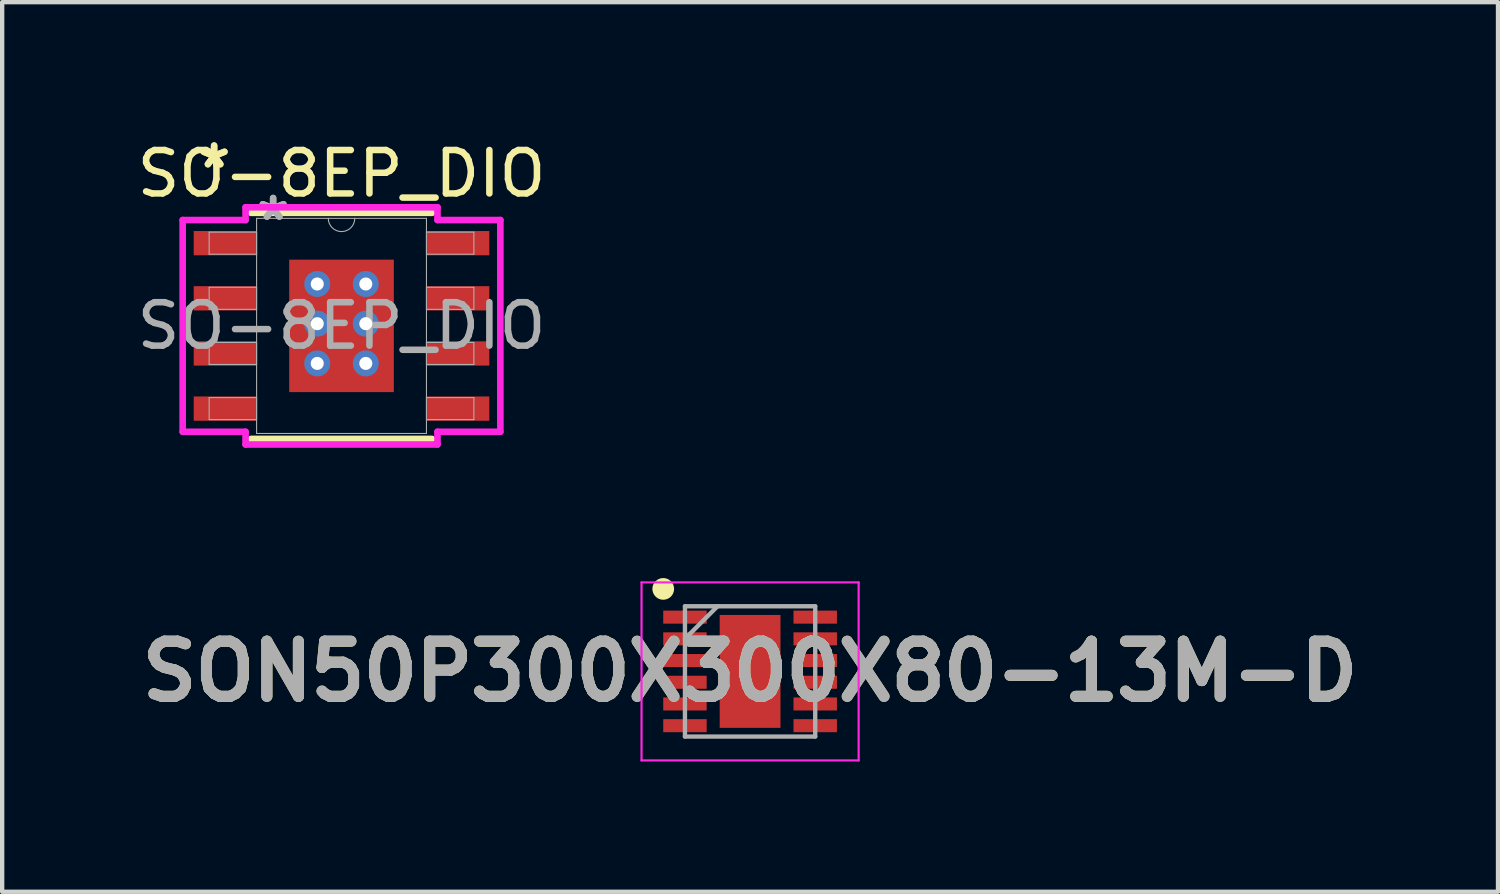
<source format=kicad_pcb>
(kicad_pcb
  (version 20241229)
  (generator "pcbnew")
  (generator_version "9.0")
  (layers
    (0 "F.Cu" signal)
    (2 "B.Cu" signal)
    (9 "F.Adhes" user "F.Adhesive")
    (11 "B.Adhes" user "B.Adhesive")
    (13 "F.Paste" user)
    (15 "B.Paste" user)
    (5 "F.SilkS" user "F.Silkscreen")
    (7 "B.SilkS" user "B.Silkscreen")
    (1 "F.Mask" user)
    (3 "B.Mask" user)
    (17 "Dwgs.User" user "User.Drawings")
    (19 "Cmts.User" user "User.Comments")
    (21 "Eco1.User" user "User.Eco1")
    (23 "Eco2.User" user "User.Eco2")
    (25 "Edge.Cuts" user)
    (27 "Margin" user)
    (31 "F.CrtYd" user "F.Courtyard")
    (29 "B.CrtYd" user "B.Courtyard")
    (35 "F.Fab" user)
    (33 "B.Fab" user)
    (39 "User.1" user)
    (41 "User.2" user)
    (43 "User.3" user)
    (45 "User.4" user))
  (footprint "SON50P300X300X80-13M-D"
    (layer "F.Cu")
    (at 14.224 12.412)
    (property "Reference" "SON50P300X300X80-13M-D" (at 0 0 0) (layer "F.SilkS") (effects (font (size 1.27 1.27) (thickness 0.254))))
    (attr smd)
    (fp_circle (center -2 -1.9) (end -2 -1.775) (stroke (width 0.25) (type solid)) (fill no) (layer "F.SilkS"))
    (fp_line (start -2.5 -2.05) (end 2.5 -2.05) (stroke (width 0.05) (type solid)) (layer "F.CrtYd"))
    (fp_line (start -2.5 2.05) (end -2.5 -2.05) (stroke (width 0.05) (type solid)) (layer "F.CrtYd"))
    (fp_line (start 2.5 -2.05) (end 2.5 2.05) (stroke (width 0.05) (type solid)) (layer "F.CrtYd"))
    (fp_line (start 2.5 2.05) (end -2.5 2.05) (stroke (width 0.05) (type solid)) (layer "F.CrtYd"))
    (fp_line (start -1.5 -1.5) (end 1.5 -1.5) (stroke (width 0.1) (type solid)) (layer "F.Fab"))
    (fp_line (start -1.5 -0.75) (end -0.75 -1.5) (stroke (width 0.1) (type solid)) (layer "F.Fab"))
    (fp_line (start -1.5 1.5) (end -1.5 -1.5) (stroke (width 0.1) (type solid)) (layer "F.Fab"))
    (fp_line (start 1.5 -1.5) (end 1.5 1.5) (stroke (width 0.1) (type solid)) (layer "F.Fab"))
    (fp_line (start 1.5 1.5) (end -1.5 1.5) (stroke (width 0.1) (type solid)) (layer "F.Fab"))
    (fp_text user "${REFERENCE}" (at 0 0 0) (layer "F.Fab") (effects (font (size 1.27 1.27) (thickness 0.254))))
    (pad "1" smd rect (at -1.5 -1.25 90) (size 0.3 1) (layers "F.Cu" "F.Mask" "F.Paste"))
    (pad "2" smd rect (at -1.5 -0.75 90) (size 0.3 1) (layers "F.Cu" "F.Mask" "F.Paste"))
    (pad "3" smd rect (at -1.5 -0.25 90) (size 0.3 1) (layers "F.Cu" "F.Mask" "F.Paste"))
    (pad "4" smd rect (at -1.5 0.25 90) (size 0.3 1) (layers "F.Cu" "F.Mask" "F.Paste"))
    (pad "5" smd rect (at -1.5 0.75 90) (size 0.3 1) (layers "F.Cu" "F.Mask" "F.Paste"))
    (pad "6" smd rect (at -1.5 1.25 90) (size 0.3 1) (layers "F.Cu" "F.Mask" "F.Paste"))
    (pad "7" smd rect (at 1.5 1.25 90) (size 0.3 1) (layers "F.Cu" "F.Mask" "F.Paste"))
    (pad "8" smd rect (at 1.5 0.75 90) (size 0.3 1) (layers "F.Cu" "F.Mask" "F.Paste"))
    (pad "9" smd rect (at 1.5 0.25 90) (size 0.3 1) (layers "F.Cu" "F.Mask" "F.Paste"))
    (pad "10" smd rect (at 1.5 -0.25 90) (size 0.3 1) (layers "F.Cu" "F.Mask" "F.Paste"))
    (pad "11" smd rect (at 1.5 -0.75 90) (size 0.3 1) (layers "F.Cu" "F.Mask" "F.Paste"))
    (pad "12" smd rect (at 1.5 -1.25 90) (size 0.3 1) (layers "F.Cu" "F.Mask" "F.Paste"))
    (pad "13" smd rect (at 0 0) (size 1.4 2.6) (layers "F.Cu" "F.Mask" "F.Paste")))
  (footprint "SO-8EP_DIO"
    (layer "F.Cu")
    (at 4.815 4.455)
    (property "Reference" "SO-8EP_DIO" (at 0 -3.505 0) (unlocked yes) (layer "F.SilkS") (effects (font (size 1 1) (thickness 0.15))))
    (attr smd)
    (fp_line (start -2.083 2.603) (end 2.083 2.603) (stroke (width 0.152) (type solid)) (layer "F.SilkS"))
    (fp_line (start 2.083 -2.603) (end -2.083 -2.603) (stroke (width 0.152) (type solid)) (layer "F.SilkS"))
    (fp_line (start -3.658 -2.438) (end -2.21 -2.438) (stroke (width 0.152) (type solid)) (layer "F.CrtYd"))
    (fp_line (start -3.658 2.438) (end -3.658 -2.438) (stroke (width 0.152) (type solid)) (layer "F.CrtYd"))
    (fp_line (start -3.658 2.438) (end -2.21 2.438) (stroke (width 0.152) (type solid)) (layer "F.CrtYd"))
    (fp_line (start -2.21 -2.731) (end 2.21 -2.731) (stroke (width 0.152) (type solid)) (layer "F.CrtYd"))
    (fp_line (start -2.21 -2.438) (end -2.21 -2.731) (stroke (width 0.152) (type solid)) (layer "F.CrtYd"))
    (fp_line (start -2.21 2.731) (end -2.21 2.438) (stroke (width 0.152) (type solid)) (layer "F.CrtYd"))
    (fp_line (start 2.21 -2.731) (end 2.21 -2.438) (stroke (width 0.152) (type solid)) (layer "F.CrtYd"))
    (fp_line (start 2.21 2.438) (end 2.21 2.731) (stroke (width 0.152) (type solid)) (layer "F.CrtYd"))
    (fp_line (start 2.21 2.731) (end -2.21 2.731) (stroke (width 0.152) (type solid)) (layer "F.CrtYd"))
    (fp_line (start 3.658 -2.438) (end 2.21 -2.438) (stroke (width 0.152) (type solid)) (layer "F.CrtYd"))
    (fp_line (start 3.658 -2.438) (end 3.658 2.438) (stroke (width 0.152) (type solid)) (layer "F.CrtYd"))
    (fp_line (start 3.658 2.438) (end 2.21 2.438) (stroke (width 0.152) (type solid)) (layer "F.CrtYd"))
    (fp_line (start -3.048 -2.159) (end -3.048 -1.651) (stroke (width 0.025) (type solid)) (layer "F.Fab"))
    (fp_line (start -3.048 -1.651) (end -1.956 -1.651) (stroke (width 0.025) (type solid)) (layer "F.Fab"))
    (fp_line (start -3.048 -0.889) (end -3.048 -0.381) (stroke (width 0.025) (type solid)) (layer "F.Fab"))
    (fp_line (start -3.048 -0.381) (end -1.956 -0.381) (stroke (width 0.025) (type solid)) (layer "F.Fab"))
    (fp_line (start -3.048 0.381) (end -3.048 0.889) (stroke (width 0.025) (type solid)) (layer "F.Fab"))
    (fp_line (start -3.048 0.889) (end -1.956 0.889) (stroke (width 0.025) (type solid)) (layer "F.Fab"))
    (fp_line (start -3.048 1.651) (end -3.048 2.159) (stroke (width 0.025) (type solid)) (layer "F.Fab"))
    (fp_line (start -3.048 2.159) (end -1.956 2.159) (stroke (width 0.025) (type solid)) (layer "F.Fab"))
    (fp_line (start -1.956 -2.477) (end -1.956 2.477) (stroke (width 0.025) (type solid)) (layer "F.Fab"))
    (fp_line (start -1.956 -2.159) (end -3.048 -2.159) (stroke (width 0.025) (type solid)) (layer "F.Fab"))
    (fp_line (start -1.956 -1.651) (end -1.956 -2.159) (stroke (width 0.025) (type solid)) (layer "F.Fab"))
    (fp_line (start -1.956 -0.889) (end -3.048 -0.889) (stroke (width 0.025) (type solid)) (layer "F.Fab"))
    (fp_line (start -1.956 -0.381) (end -1.956 -0.889) (stroke (width 0.025) (type solid)) (layer "F.Fab"))
    (fp_line (start -1.956 0.381) (end -3.048 0.381) (stroke (width 0.025) (type solid)) (layer "F.Fab"))
    (fp_line (start -1.956 0.889) (end -1.956 0.381) (stroke (width 0.025) (type solid)) (layer "F.Fab"))
    (fp_line (start -1.956 1.651) (end -3.048 1.651) (stroke (width 0.025) (type solid)) (layer "F.Fab"))
    (fp_line (start -1.956 2.159) (end -1.956 1.651) (stroke (width 0.025) (type solid)) (layer "F.Fab"))
    (fp_line (start -1.956 2.477) (end 1.956 2.477) (stroke (width 0.025) (type solid)) (layer "F.Fab"))
    (fp_line (start 1.956 -2.477) (end -1.956 -2.477) (stroke (width 0.025) (type solid)) (layer "F.Fab"))
    (fp_line (start 1.956 -2.159) (end 1.956 -1.651) (stroke (width 0.025) (type solid)) (layer "F.Fab"))
    (fp_line (start 1.956 -1.651) (end 3.048 -1.651) (stroke (width 0.025) (type solid)) (layer "F.Fab"))
    (fp_line (start 1.956 -0.889) (end 1.956 -0.381) (stroke (width 0.025) (type solid)) (layer "F.Fab"))
    (fp_line (start 1.956 -0.381) (end 3.048 -0.381) (stroke (width 0.025) (type solid)) (layer "F.Fab"))
    (fp_line (start 1.956 0.381) (end 1.956 0.889) (stroke (width 0.025) (type solid)) (layer "F.Fab"))
    (fp_line (start 1.956 0.889) (end 3.048 0.889) (stroke (width 0.025) (type solid)) (layer "F.Fab"))
    (fp_line (start 1.956 1.651) (end 1.956 2.159) (stroke (width 0.025) (type solid)) (layer "F.Fab"))
    (fp_line (start 1.956 2.159) (end 3.048 2.159) (stroke (width 0.025) (type solid)) (layer "F.Fab"))
    (fp_line (start 1.956 2.477) (end 1.956 -2.477) (stroke (width 0.025) (type solid)) (layer "F.Fab"))
    (fp_line (start 3.048 -2.159) (end 1.956 -2.159) (stroke (width 0.025) (type solid)) (layer "F.Fab"))
    (fp_line (start 3.048 -1.651) (end 3.048 -2.159) (stroke (width 0.025) (type solid)) (layer "F.Fab"))
    (fp_line (start 3.048 -0.889) (end 1.956 -0.889) (stroke (width 0.025) (type solid)) (layer "F.Fab"))
    (fp_line (start 3.048 -0.381) (end 3.048 -0.889) (stroke (width 0.025) (type solid)) (layer "F.Fab"))
    (fp_line (start 3.048 0.381) (end 1.956 0.381) (stroke (width 0.025) (type solid)) (layer "F.Fab"))
    (fp_line (start 3.048 0.889) (end 3.048 0.381) (stroke (width 0.025) (type solid)) (layer "F.Fab"))
    (fp_line (start 3.048 1.651) (end 1.956 1.651) (stroke (width 0.025) (type solid)) (layer "F.Fab"))
    (fp_line (start 3.048 2.159) (end 3.048 1.651) (stroke (width 0.025) (type solid)) (layer "F.Fab"))
    (fp_arc (start 0.3048 -2.4765) (mid 0 -2.1717) (end -0.3048 -2.4765) (stroke (width 0.0254) (type solid)) (layer "F.Fab"))
    (fp_text user "*" (at -2.934 -3.607 0) (unlocked yes) (layer "F.SilkS") (effects (font (size 1 1) (thickness 0.15))))
    (fp_text user "*" (at -2.934 -3.607 0) (layer "F.SilkS") (effects (font (size 1 1) (thickness 0.15))))
    (fp_text user "*" (at -1.575 -2.4 0) (unlocked yes) (layer "F.Fab") (effects (font (size 1 1) (thickness 0.15))))
    (fp_text user "${REFERENCE}" (at 0 0 0) (unlocked yes) (layer "F.Fab") (effects (font (size 1 1) (thickness 0.15))))
    (fp_text user "*" (at -1.575 -2.4 0) (layer "F.Fab") (effects (font (size 1 1) (thickness 0.15))))
    (pad "1" smd rect (at -2.68 -1.905) (size 1.448 0.559) (layers "F.Cu" "F.Mask" "F.Paste"))
    (pad "2" smd rect (at -2.68 -0.635) (size 1.448 0.559) (layers "F.Cu" "F.Mask" "F.Paste"))
    (pad "3" smd rect (at -2.68 0.635) (size 1.448 0.559) (layers "F.Cu" "F.Mask" "F.Paste"))
    (pad "4" smd rect (at -2.68 1.905) (size 1.448 0.559) (layers "F.Cu" "F.Mask" "F.Paste"))
    (pad "5" thru_hole circle (at -0.559 -0.965) (size 0.6 0.6) (drill 0.3) (property pad_prop_heatsink) (layers "*.Cu" "F.Mask"))
    (pad "5" thru_hole circle (at -0.559 -0.051) (size 0.6 0.6) (drill 0.3) (property pad_prop_heatsink) (layers "*.Cu" "F.Mask"))
    (pad "5" thru_hole circle (at -0.559 0.864) (size 0.6 0.6) (drill 0.3) (property pad_prop_heatsink) (layers "*.Cu" "F.Mask"))
    (pad "5" smd rect (at 0 0) (size 2.41 3.05) (layers "F.Cu" "F.Mask" "F.Paste"))
    (pad "5" thru_hole circle (at 0.559 -0.965) (size 0.6 0.6) (drill 0.3) (property pad_prop_heatsink) (layers "*.Cu" "F.Mask"))
    (pad "5" thru_hole circle (at 0.559 -0.051) (size 0.6 0.6) (drill 0.3) (property pad_prop_heatsink) (layers "*.Cu" "F.Mask"))
    (pad "5" thru_hole circle (at 0.559 0.864) (size 0.6 0.6) (drill 0.3) (property pad_prop_heatsink) (layers "*.Cu" "F.Mask"))
    (pad "5" smd rect (at 2.68 1.905) (size 1.448 0.559) (layers "F.Cu" "F.Mask" "F.Paste"))
    (pad "6" smd rect (at 2.68 0.635) (size 1.448 0.559) (layers "F.Cu" "F.Mask" "F.Paste"))
    (pad "7" smd rect (at 2.68 -0.635) (size 1.448 0.559) (layers "F.Cu" "F.Mask" "F.Paste"))
    (pad "8" smd rect (at 2.68 -1.905) (size 1.448 0.559) (layers "F.Cu" "F.Mask" "F.Paste")))
  (gr_rect
    (start -3 -3)
    (end 31.448 17.487)
    (stroke (width 0.1) (type default))
    (fill no)
    (layer "Edge.Cuts")))
</source>
